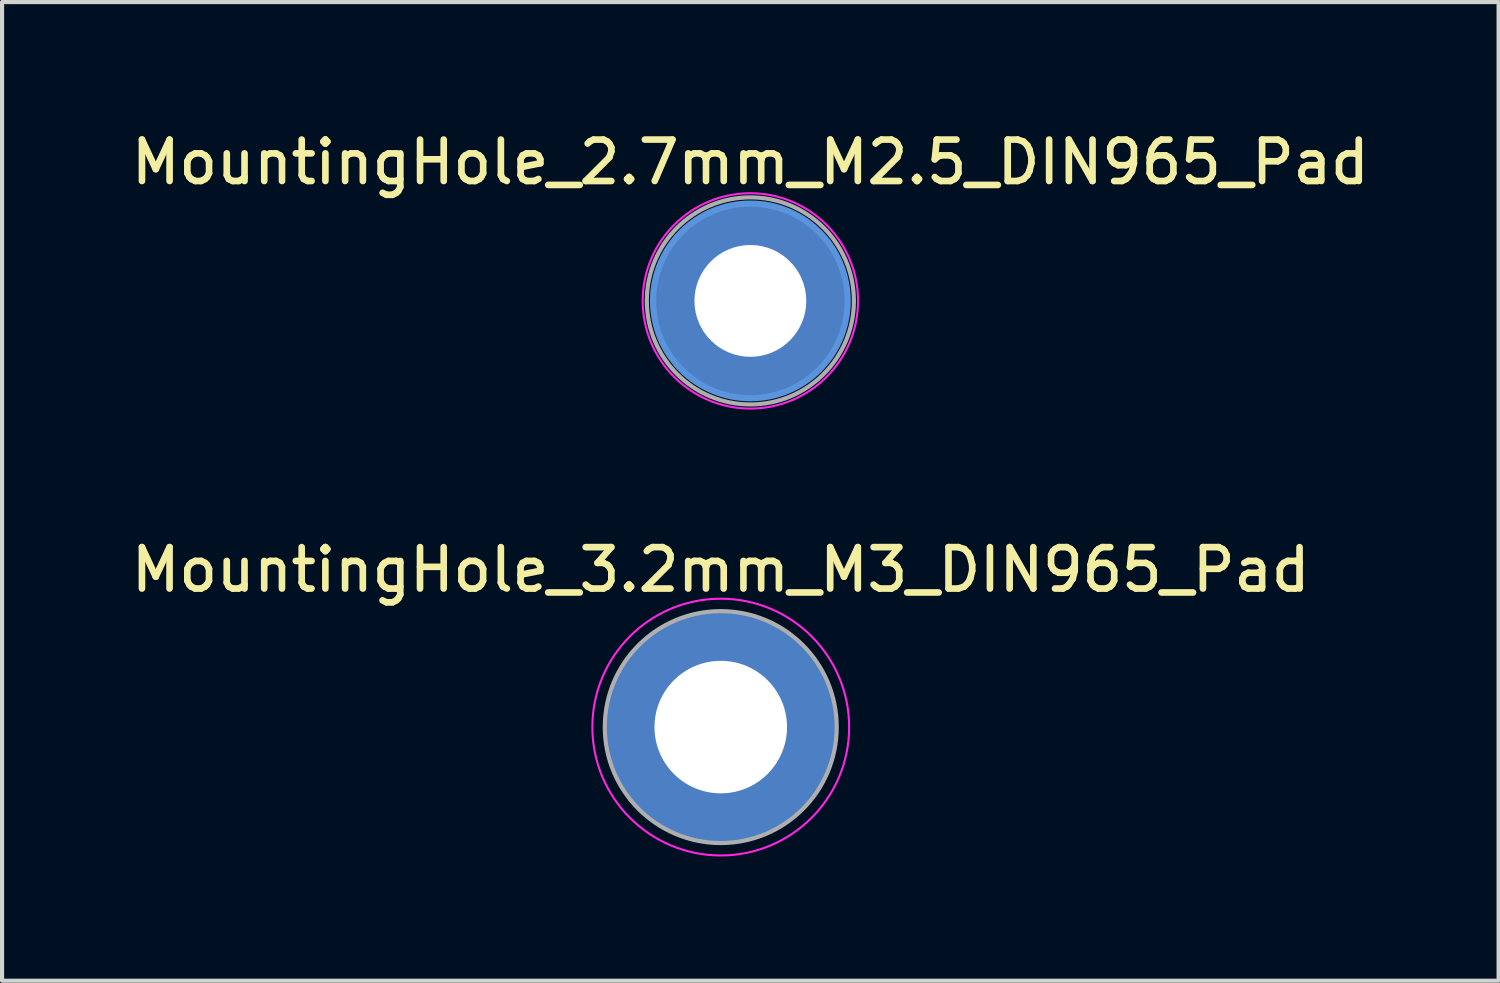
<source format=kicad_pcb>
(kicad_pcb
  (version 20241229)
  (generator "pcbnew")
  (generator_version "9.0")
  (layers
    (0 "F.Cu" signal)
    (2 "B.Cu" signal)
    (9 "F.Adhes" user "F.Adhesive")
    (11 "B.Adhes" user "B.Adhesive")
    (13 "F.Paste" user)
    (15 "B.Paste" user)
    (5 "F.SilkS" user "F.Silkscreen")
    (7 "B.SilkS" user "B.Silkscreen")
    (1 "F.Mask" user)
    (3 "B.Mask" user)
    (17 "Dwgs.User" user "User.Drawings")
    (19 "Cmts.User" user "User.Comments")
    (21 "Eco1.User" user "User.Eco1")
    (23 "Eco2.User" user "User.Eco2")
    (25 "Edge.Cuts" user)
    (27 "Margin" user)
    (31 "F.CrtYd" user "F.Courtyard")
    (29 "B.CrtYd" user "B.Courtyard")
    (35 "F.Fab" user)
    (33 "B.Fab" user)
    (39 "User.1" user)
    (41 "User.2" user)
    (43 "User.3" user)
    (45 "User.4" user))
  (footprint "MountingHole_2.7mm_M2.5_DIN965_Pad"
    (layer "F.Cu")
    (at 15.069 4.216)
    (property "Reference" "MountingHole_2.7mm_M2.5_DIN965_Pad" (at 0 -3.35 0) (layer "F.SilkS") (effects (font (size 1 1) (thickness 0.16))))
    (attr exclude_from_pos_files exclude_from_bom)
    (fp_circle (center 0 0) (end 2.35 0) (stroke (width 0.15) (type solid)) (fill no) (layer "Cmts.User"))
    (fp_circle (center 0 0) (end 2.6 0) (stroke (width 0.05) (type solid)) (fill no) (layer "F.CrtYd"))
    (fp_circle (center 0 0) (end 2.5 0) (stroke (width 0.1) (type default)) (fill no) (layer "F.Fab"))
    (pad "1" thru_hole circle (at 0 0) (size 4.7 4.7) (drill 2.7) (layers "*.Cu" "*.Mask")))
  (footprint "MountingHole_3.2mm_M3_DIN965_Pad"
    (layer "F.Cu")
    (at 14.354 14.507)
    (property "Reference" "MountingHole_3.2mm_M3_DIN965_Pad" (at 0 -3.8 0) (layer "F.SilkS") (effects (font (size 1 1) (thickness 0.16))))
    (attr exclude_from_pos_files exclude_from_bom)
    (fp_circle (center 0 0) (end 3.1 0) (stroke (width 0.05) (type solid)) (fill no) (layer "F.CrtYd"))
    (fp_circle (center 0 0) (end 2.8 0) (stroke (width 0.1) (type default)) (fill no) (layer "F.Fab"))
    (pad "1" thru_hole circle (at 0 0) (size 5.6 5.6) (drill 3.2) (layers "*.Cu" "*.Mask")))
  (gr_rect
    (start -3 -3)
    (end 33.137 20.632)
    (stroke (width 0.1) (type default))
    (fill no)
    (layer "Edge.Cuts")))
</source>
